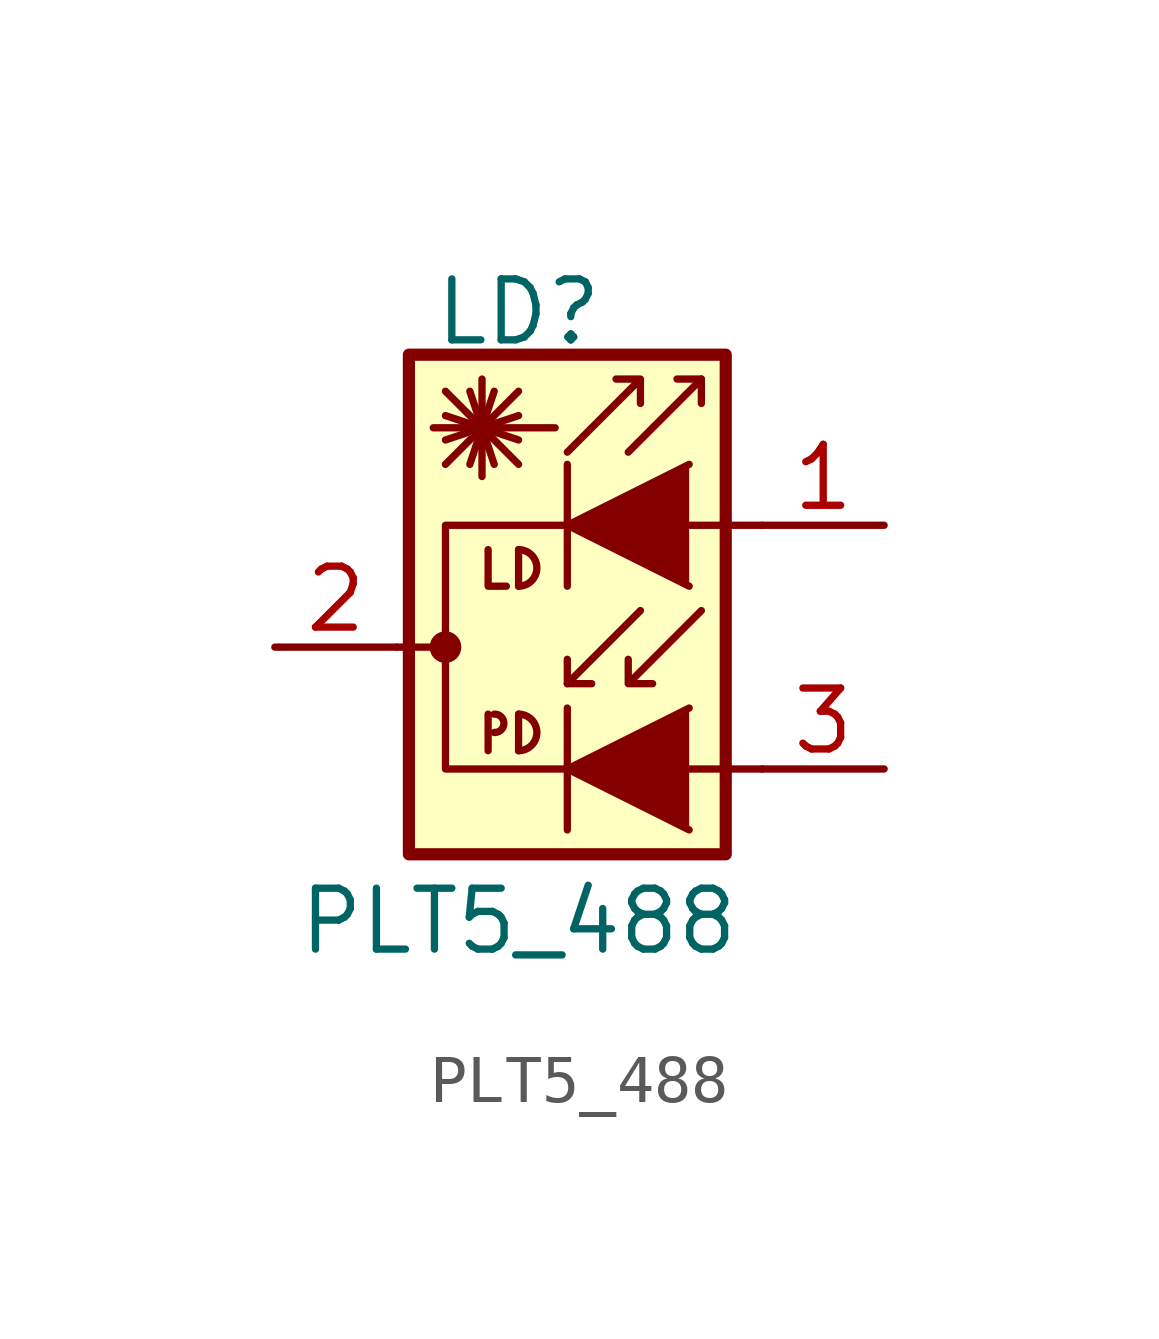
<source format=kicad_sym>
(kicad_symbol_lib
  (version 20201005)
  (generator kicad_symbol_editor)
  (symbol "PLT5_488"
    (pin_names
      (offset 1.016) hide)
    (property "Reference" "LD"
      (at 0 6.985 0)
      (effects (font (size 1.27 1.27))))
    (property "Value" "PLT5_488"
      (at 0 -5.715 0)
      (effects (font (size 1.27 1.27))))
    (symbol "PLT5_488_0_1"
      (arc (start -0.508 -1.778) (end -0.508 -1.397) (radius (at -0.508 -1.6002) (length 0.1778) (angles -89.9 89.9)) (stroke (width 0)) (fill (type none)))
      (arc (start 0 -2.159) (end 0 -1.397) (radius (at 0 -1.778) (length 0.381) (angles -89.9 89.9)) (stroke (width 0)) (fill (type none)))
      (arc (start 0 1.27) (end 0 2.032) (radius (at 0 1.651) (length 0.381) (angles -89.9 89.9)) (stroke (width 0)) (fill (type none)))
      (circle (center -1.524 0) (radius 0.254) (stroke (width 0)) (fill (type outline)))
      (rectangle (start 4.318 6.096) (end -2.286 -4.318) (stroke (width 0.254)) (fill (type background)))
      (polyline (pts (xy -2.54 0) (xy -1.524 0)) (stroke (width 0)) (fill (type none)))
      (polyline (pts (xy -1.524 3.81) (xy 0 5.334)) (stroke (width 0)) (fill (type none)))
      (polyline (pts (xy -1.524 4.318) (xy 0 4.826)) (stroke (width 0)) (fill (type none)))
      (polyline (pts (xy -1.524 4.826) (xy 0 4.318)) (stroke (width 0)) (fill (type none)))
      (polyline (pts (xy -1.524 5.334) (xy 0 3.81)) (stroke (width 0)) (fill (type none)))
      (polyline (pts (xy -1.016 5.334) (xy -0.508 3.81)) (stroke (width 0)) (fill (type none)))
      (polyline (pts (xy -0.762 4.572) (xy -0.762 3.556)) (stroke (width 0)) (fill (type none)))
      (polyline (pts (xy -0.762 4.572) (xy -0.762 5.588)) (stroke (width 0)) (fill (type none)))
      (polyline (pts (xy -0.635 -1.397) (xy -0.635 -2.159)) (stroke (width 0)) (fill (type none)))
      (polyline (pts (xy -0.508 5.334) (xy -1.016 3.81)) (stroke (width 0)) (fill (type none)))
      (polyline (pts (xy 0 -1.397) (xy 0 -2.159)) (stroke (width 0)) (fill (type none)))
      (polyline (pts (xy 0 2.032) (xy 0 1.27)) (stroke (width 0)) (fill (type none)))
      (polyline (pts (xy 0.762 4.572) (xy -1.778 4.572)) (stroke (width 0)) (fill (type none)))
      (polyline (pts (xy 1.016 -1.27) (xy 1.016 -3.81)) (stroke (width 0.152)) (fill (type none)))
      (polyline (pts (xy 1.016 -0.762) (xy 1.524 -0.762)) (stroke (width 0)) (fill (type none)))
      (polyline (pts (xy 1.016 3.81) (xy 1.016 1.27)) (stroke (width 0.152)) (fill (type none)))
      (polyline (pts (xy 3.81 5.588) (xy 3.302 5.588)) (stroke (width 0)) (fill (type none)))
      (polyline (pts (xy -0.635 2.032) (xy -0.635 1.27) (xy -0.254 1.27)) (stroke (width 0)) (fill (type none)))
      (polyline (pts (xy 2.286 4.064) (xy 3.81 5.588) (xy 3.81 5.08)) (stroke (width 0)) (fill (type none)))
      (polyline (pts (xy 2.54 0.762) (xy 1.016 -0.762) (xy 1.016 -0.254)) (stroke (width 0)) (fill (type none)))
      (polyline (pts (xy 5.08 2.54) (xy -1.524 2.54) (xy -1.524 -2.54) (xy 5.08 -2.54)) (stroke (width 0)) (fill (type none)))
      (polyline (pts (xy 1.016 4.064) (xy 2.54 5.588) (xy 2.54 5.08) (xy 2.54 5.588) (xy 2.032 5.588)) (stroke (width 0)) (fill (type none)))
      (polyline (pts (xy 3.81 0.762) (xy 2.286 -0.762) (xy 2.286 -0.254) (xy 2.286 -0.762) (xy 2.794 -0.762)) (stroke (width 0)) (fill (type none)))
      (polyline (pts (xy 3.556 -1.27) (xy 1.016 -2.54) (xy 3.556 -3.81)) (stroke (width 0)) (fill (type outline)))
      (polyline (pts (xy 3.556 3.81) (xy 1.016 2.54) (xy 3.556 1.27)) (stroke (width 0)) (fill (type outline))))
    (symbol "PLT5_488_1_1"
      (pin passive line (at 7.62 2.54 180) (length 2.54) (name "~" (effects (font (size 1.27 1.27)))) (number "1" (effects (font (size 1.27 1.27)))))
      (pin passive line (at -5.08 0 0) (length 2.54) (name "~" (effects (font (size 1.27 1.27)))) (number "2" (effects (font (size 1.27 1.27)))))
      (pin passive line (at 7.62 -2.54 180) (length 2.54) (name "~" (effects (font (size 1.27 1.27)))) (number "3" (effects (font (size 1.27 1.27))))))))
</source>
